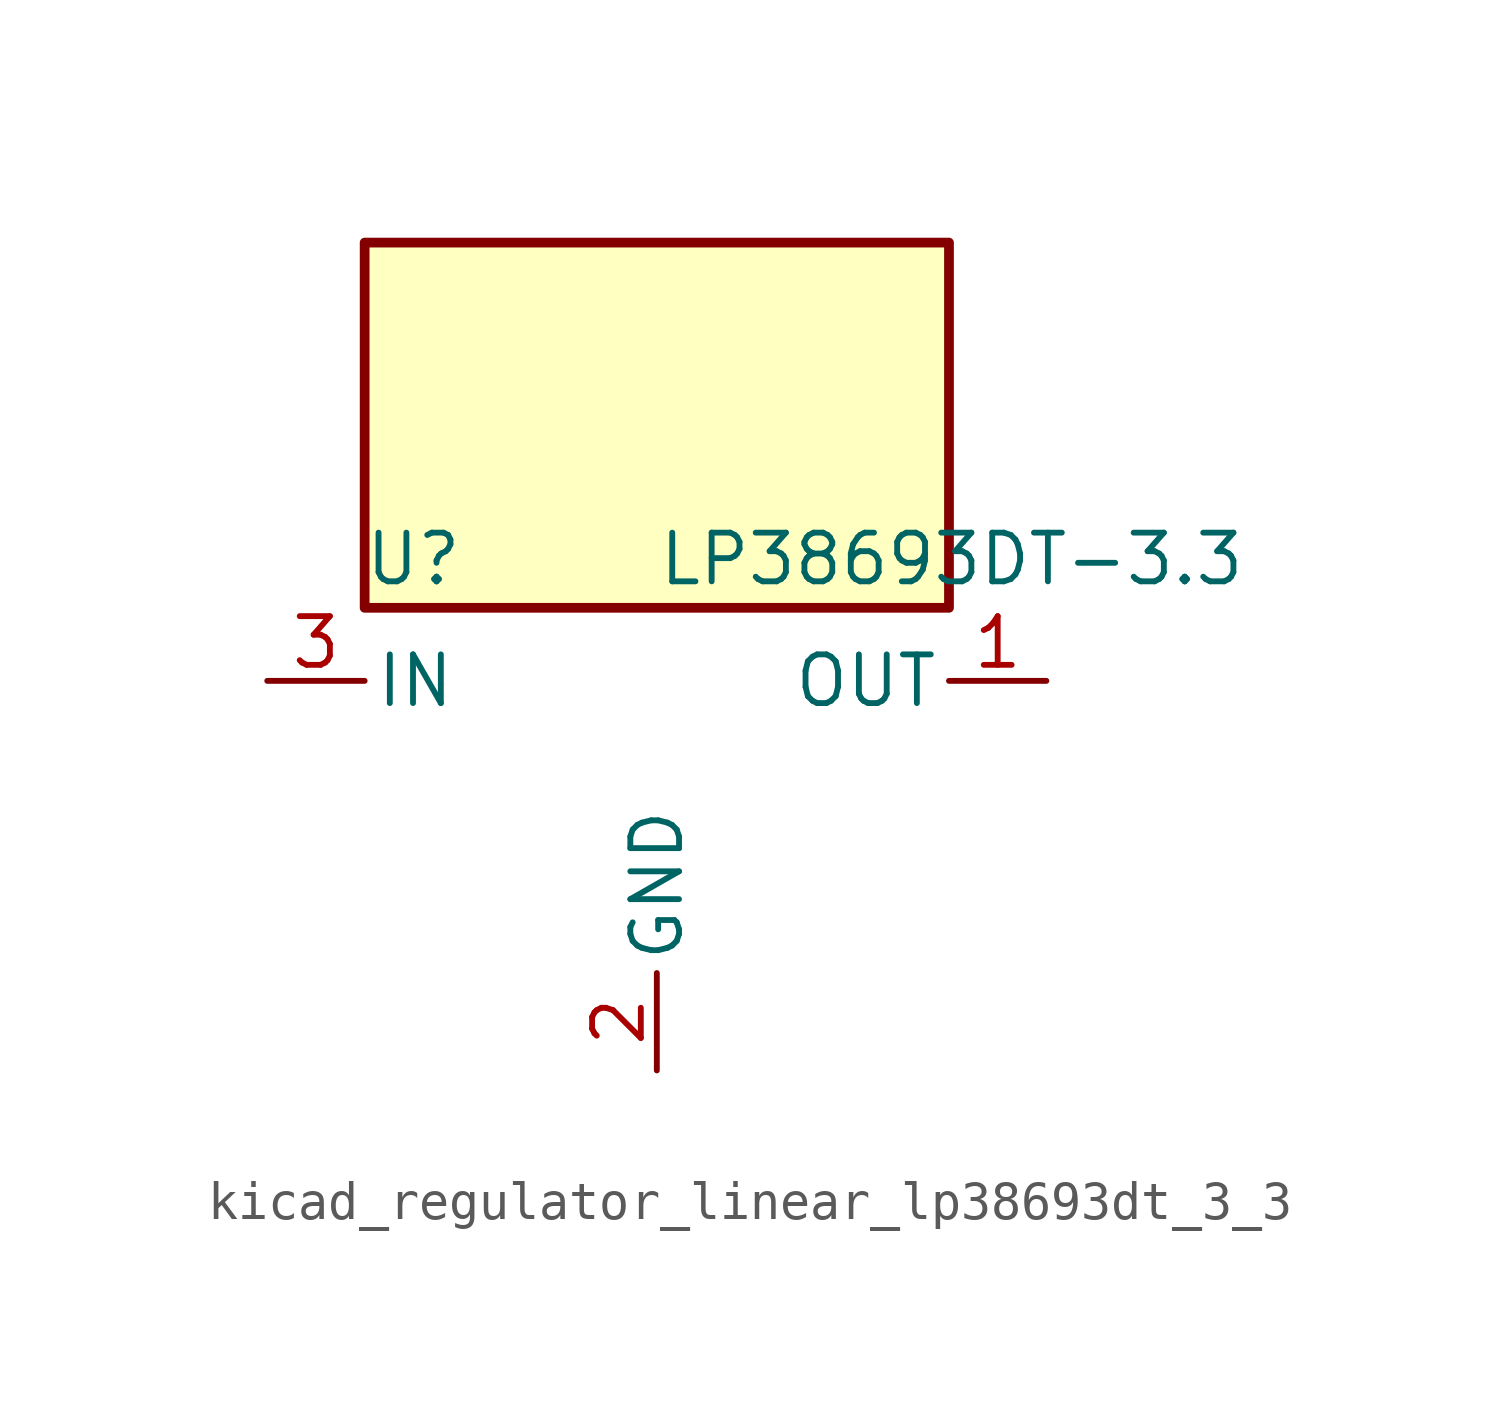
<source format=kicad_sym>
(kicad_symbol_lib
  (version 20220914)
  (generator kicad_symbol_editor)
  (symbol "kicad_regulator_linear_lp38693dt_3_3"
    (pin_names
      (offset 0.254))
    (property "Reference" "U"
      (at -6.35 5.715 0)
      (effects (font (size 1.27 1.27))))
    (property "Value" "LP38693DT-3.3"
      (at 0 5.715 0)
      (effects (font (size 1.27 1.27)) (justify left)))
    (symbol "kicad_regulator_linear_lp38693dt_3_3_0_1"
      (rectangle (start 7.62 13.97) (end -7.62 4.445) (stroke (width 0.254) (type default)) (fill (type background))))
    (symbol "kicad_regulator_linear_lp38693dt_3_3_1_1"
      (pin power_out line (at 10.16 2.54 180) (length 2.54) (name "OUT" (effects (font (size 1.27 1.27)))) (number "1" (effects (font (size 1.27 1.27)))))
      (pin power_in line (at 0 -7.62 90) (length 2.54) (name "GND" (effects (font (size 1.27 1.27)))) (number "2" (effects (font (size 1.27 1.27)))))
      (pin power_in line (at -10.16 2.54 0) (length 2.54) (name "IN" (effects (font (size 1.27 1.27)))) (number "3" (effects (font (size 1.27 1.27))))))))
</source>
